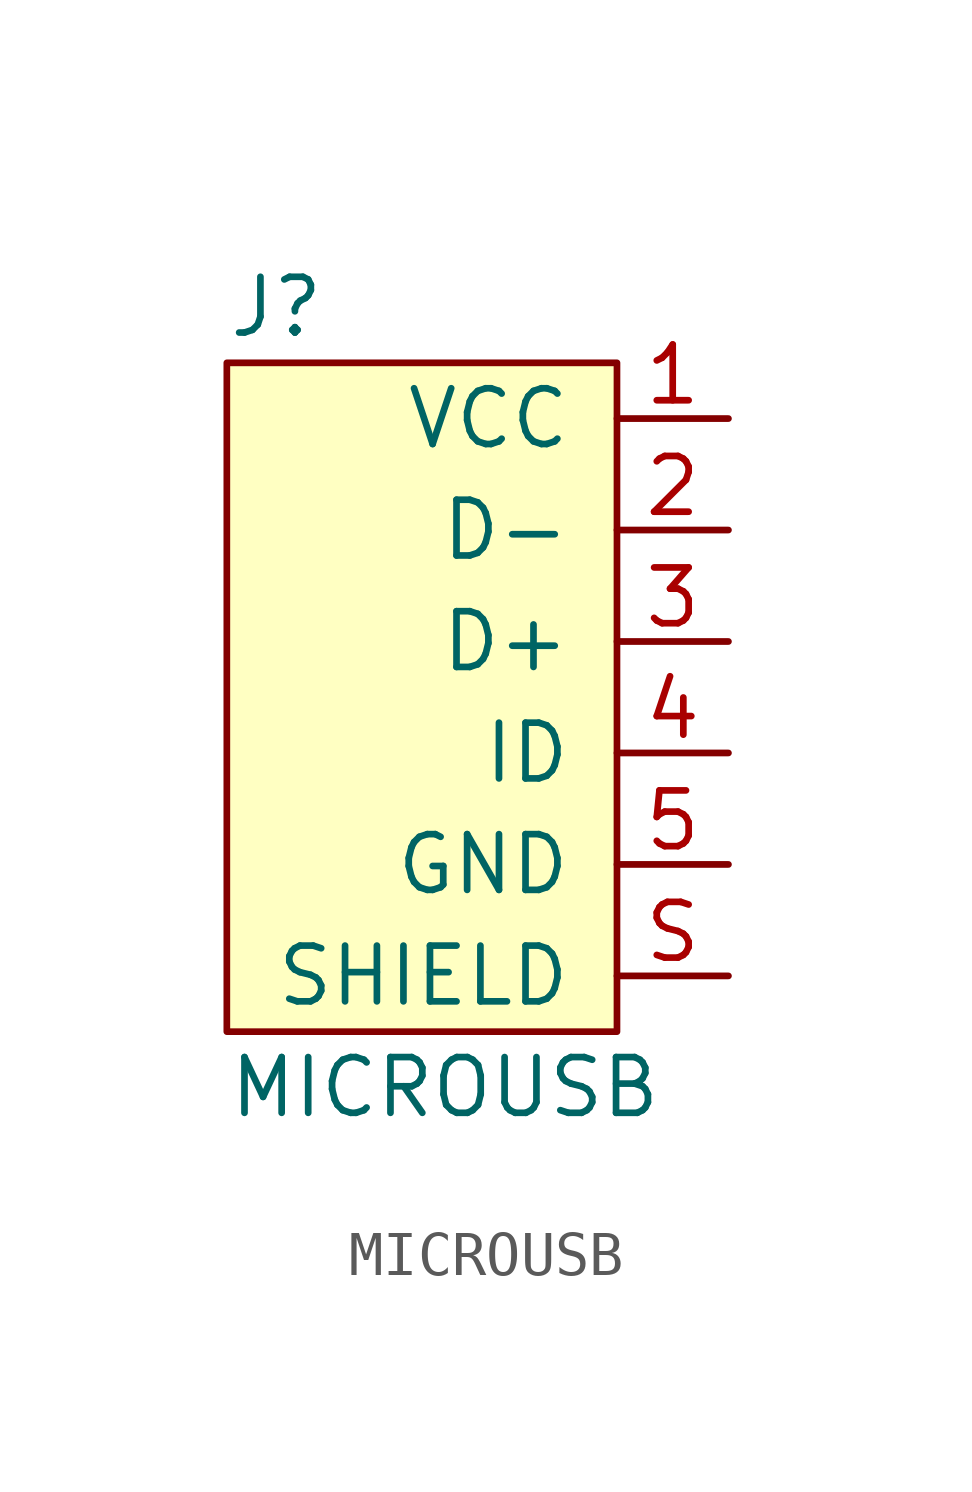
<source format=kicad_sym>
(kicad_symbol_lib
  (version 20211014)
  (generator kicad_symbol_editor)
  (symbol "MICROUSB"
    (pin_names
      (offset 1.016))
    (property "Reference" "J"
      (at -3.81 7.62 0)
      (effects (font (size 1.27 1.27)) (justify left)))
    (property "Value" "MICROUSB"
      (at -3.81 -10.16 0)
      (effects (font (size 1.27 1.27)) (justify left)))
    (symbol "MICROUSB_0_1"
      (rectangle (start 5.08 6.35) (end -3.81 -8.89) (stroke (width 0) (type default) (color 0 0 0 0)) (fill (type background))))
    (symbol "MICROUSB_1_1"
      (pin power_out line (at 7.62 5.08 180) (length 2.54) (name "VCC" (effects (font (size 1.27 1.27)))) (number "1" (effects (font (size 1.27 1.27)))))
      (pin bidirectional line (at 7.62 2.54 180) (length 2.54) (name "D-" (effects (font (size 1.27 1.27)))) (number "2" (effects (font (size 1.27 1.27)))))
      (pin bidirectional line (at 7.62 0 180) (length 2.54) (name "D+" (effects (font (size 1.27 1.27)))) (number "3" (effects (font (size 1.27 1.27)))))
      (pin passive line (at 7.62 -2.54 180) (length 2.54) (name "ID" (effects (font (size 1.27 1.27)))) (number "4" (effects (font (size 1.27 1.27)))))
      (pin power_in line (at 7.62 -5.08 180) (length 2.54) (name "GND" (effects (font (size 1.27 1.27)))) (number "5" (effects (font (size 1.27 1.27)))))
      (pin passive line (at 7.62 -7.62 180) (length 2.54) (name "SHIELD" (effects (font (size 1.27 1.27)))) (number "S" (effects (font (size 1.27 1.27))))))))
</source>
